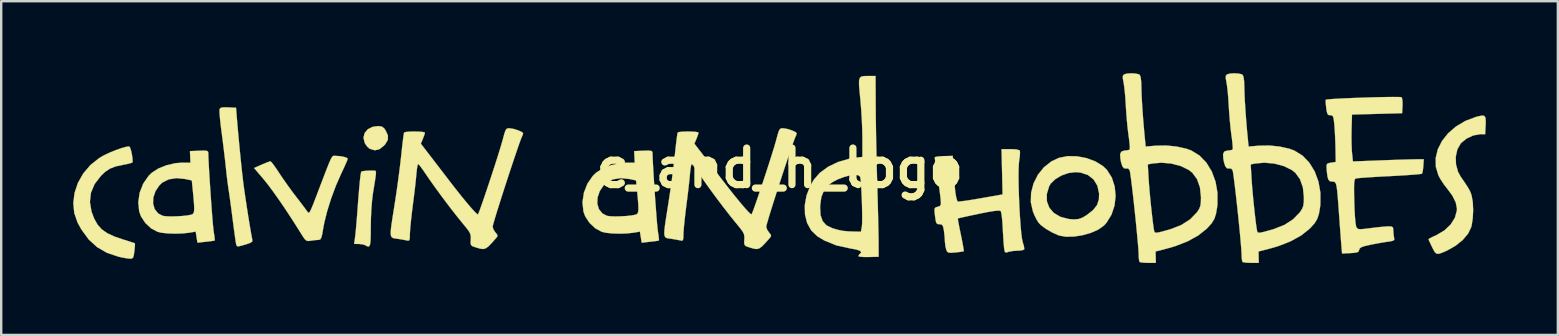
<source format=kicad_pcb>
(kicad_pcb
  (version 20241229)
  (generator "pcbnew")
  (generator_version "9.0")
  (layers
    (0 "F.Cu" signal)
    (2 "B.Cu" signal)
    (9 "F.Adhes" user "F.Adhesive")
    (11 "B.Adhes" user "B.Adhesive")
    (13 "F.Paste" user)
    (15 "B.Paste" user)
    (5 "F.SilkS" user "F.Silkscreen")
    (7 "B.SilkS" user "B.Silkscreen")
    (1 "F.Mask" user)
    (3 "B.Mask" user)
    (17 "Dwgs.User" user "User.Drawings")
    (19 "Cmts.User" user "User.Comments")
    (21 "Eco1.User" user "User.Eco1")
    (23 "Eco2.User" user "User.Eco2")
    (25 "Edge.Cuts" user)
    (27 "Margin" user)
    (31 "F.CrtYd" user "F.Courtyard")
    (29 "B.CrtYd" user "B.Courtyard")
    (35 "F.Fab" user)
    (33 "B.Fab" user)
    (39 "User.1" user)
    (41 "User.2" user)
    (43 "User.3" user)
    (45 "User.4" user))
  (footprint "c_and_h_logo"
    (layer "F.Cu")
    (at 29.448 3.954)
    (property "Reference" "c_and_h_logo" (at 0 0 0) (layer "F.SilkS") (effects (font (size 1.524 1.524) (thickness 0.3))))
    (attr through_hole)
    (fp_poly (pts (xy -16.586 -1.73) (xy -16.484 -1.652) (xy -16.425 -1.566) (xy -16.33 -1.354) (xy -16.335 -1.172) (xy -16.443 -0.992) (xy -16.504 -0.926) (xy -16.693 -0.781) (xy -16.879 -0.741) (xy -17.084 -0.801) (xy -17.086 -0.801) (xy -17.195 -0.893) (xy -17.291 -1.034) (xy -17.297 -1.045) (xy -17.349 -1.263) (xy -17.302 -1.46) (xy -17.168 -1.618) (xy -16.962 -1.72) (xy -16.738 -1.75) (xy -16.586 -1.73)) (stroke (width 0.01) (type solid)) (fill yes) (layer "F.SilkS"))
    (fp_poly (pts (xy -16.94 0.107) (xy -16.89 0.107) (xy -16.855 0.112) (xy -16.834 0.138) (xy -16.829 0.2) (xy -16.839 0.314) (xy -16.865 0.495) (xy -16.907 0.759) (xy -16.958 1.072) (xy -16.992 1.352) (xy -17.02 1.704) (xy -17.039 2.087) (xy -17.045 2.441) (xy -17.047 2.781) (xy -17.055 3.02) (xy -17.073 3.174) (xy -17.105 3.254) (xy -17.154 3.274) (xy -17.224 3.247) (xy -17.272 3.217) (xy -17.386 3.179) (xy -17.543 3.162) (xy -17.548 3.162) (xy -17.739 3.161) (xy -17.701 2.893) (xy -17.682 2.736) (xy -17.659 2.497) (xy -17.634 2.205) (xy -17.609 1.892) (xy -17.605 1.834) (xy -17.564 1.278) (xy -17.527 0.833) (xy -17.496 0.5) (xy -17.469 0.277) (xy -17.447 0.164) (xy -17.44 0.15) (xy -17.365 0.127) (xy -17.217 0.111) (xy -17.036 0.105) (xy -16.94 0.107)) (stroke (width 0.01) (type solid)) (fill yes) (layer "F.SilkS"))
    (fp_poly (pts (xy -23.005 -2.53) (xy -22.988 -2.529) (xy -22.662 -2.512) (xy -22.625 -2.06) (xy -22.571 -1.44) (xy -22.515 -0.842) (xy -22.459 -0.285) (xy -22.406 0.213) (xy -22.357 0.63) (xy -22.324 0.875) (xy -22.277 1.197) (xy -22.225 1.545) (xy -22.17 1.897) (xy -22.116 2.233) (xy -22.066 2.533) (xy -22.024 2.776) (xy -21.993 2.942) (xy -21.979 3.001) (xy -21.988 3.064) (xy -22.069 3.119) (xy -22.241 3.179) (xy -22.26 3.184) (xy -22.455 3.24) (xy -22.567 3.264) (xy -22.622 3.253) (xy -22.647 3.205) (xy -22.661 3.147) (xy -22.678 3.049) (xy -22.705 2.861) (xy -22.74 2.606) (xy -22.78 2.306) (xy -22.804 2.117) (xy -22.847 1.782) (xy -22.89 1.46) (xy -22.929 1.18) (xy -22.959 0.971) (xy -22.97 0.903) (xy -22.998 0.713) (xy -23.032 0.451) (xy -23.066 0.158) (xy -23.085 -0.028) (xy -23.117 -0.322) (xy -23.16 -0.685) (xy -23.208 -1.075) (xy -23.256 -1.448) (xy -23.265 -1.509) (xy -23.303 -1.813) (xy -23.331 -2.082) (xy -23.348 -2.294) (xy -23.351 -2.427) (xy -23.347 -2.457) (xy -23.3 -2.509) (xy -23.195 -2.531) (xy -23.005 -2.53)) (stroke (width 0.01) (type solid)) (fill yes) (layer "F.SilkS"))
    (fp_poly (pts (xy -27.077 -0.853) (xy -27.035 -0.726) (xy -26.999 -0.56) (xy -26.975 -0.389) (xy -26.971 -0.249) (xy -26.972 -0.242) (xy -27.025 -0.213) (xy -27.162 -0.176) (xy -27.352 -0.138) (xy -27.362 -0.136) (xy -27.676 -0.069) (xy -27.915 0.023) (xy -28.118 0.159) (xy -28.288 0.32) (xy -28.554 0.665) (xy -28.708 1.029) (xy -28.751 1.413) (xy -28.684 1.817) (xy -28.568 2.118) (xy -28.43 2.361) (xy -28.255 2.556) (xy -28.026 2.716) (xy -27.72 2.857) (xy -27.376 2.974) (xy -27.16 3.042) (xy -26.99 3.096) (xy -26.891 3.13) (xy -26.877 3.137) (xy -26.873 3.196) (xy -26.883 3.333) (xy -26.898 3.467) (xy -26.924 3.646) (xy -26.957 3.739) (xy -27.012 3.774) (xy -27.086 3.777) (xy -27.223 3.761) (xy -27.418 3.725) (xy -27.558 3.694) (xy -28.039 3.533) (xy -28.45 3.296) (xy -28.803 2.974) (xy -29.107 2.558) (xy -29.264 2.274) (xy -29.403 1.876) (xy -29.443 1.455) (xy -29.389 1.029) (xy -29.248 0.612) (xy -29.025 0.221) (xy -28.728 -0.128) (xy -28.362 -0.418) (xy -28.182 -0.523) (xy -27.939 -0.639) (xy -27.677 -0.746) (xy -27.428 -0.833) (xy -27.223 -0.889) (xy -27.115 -0.903) (xy -27.077 -0.853)) (stroke (width 0.01) (type solid)) (fill yes) (layer "F.SilkS"))
    (fp_poly (pts (xy 12.391 -0.49) (xy 12.786 -0.414) (xy 13.155 -0.276) (xy 13.469 -0.083) (xy 13.633 0.074) (xy 13.838 0.396) (xy 13.958 0.768) (xy 13.996 1.165) (xy 13.951 1.565) (xy 13.825 1.943) (xy 13.619 2.276) (xy 13.506 2.4) (xy 13.276 2.564) (xy 12.969 2.699) (xy 12.619 2.799) (xy 12.259 2.855) (xy 11.922 2.862) (xy 11.641 2.812) (xy 11.619 2.804) (xy 11.358 2.687) (xy 11.105 2.542) (xy 10.897 2.391) (xy 10.787 2.281) (xy 10.703 2.147) (xy 10.609 1.955) (xy 10.552 1.816) (xy 10.463 1.429) (xy 10.473 1.085) (xy 11.128 1.085) (xy 11.133 1.387) (xy 11.233 1.653) (xy 11.422 1.871) (xy 11.692 2.031) (xy 12.034 2.123) (xy 12.256 2.14) (xy 12.45 2.125) (xy 12.626 2.061) (xy 12.791 1.961) (xy 13.055 1.754) (xy 13.22 1.545) (xy 13.3 1.312) (xy 13.308 1.058) (xy 13.236 0.733) (xy 13.076 0.473) (xy 12.839 0.288) (xy 12.533 0.187) (xy 12.328 0.17) (xy 12.031 0.208) (xy 11.739 0.311) (xy 11.482 0.464) (xy 11.291 0.65) (xy 11.228 0.755) (xy 11.128 1.085) (xy 10.473 1.085) (xy 10.474 1.032) (xy 10.575 0.643) (xy 10.756 0.282) (xy 11.009 -0.033) (xy 11.324 -0.281) (xy 11.638 -0.427) (xy 11.998 -0.497) (xy 12.391 -0.49)) (stroke (width 0.01) (type solid)) (fill yes) (layer "F.SilkS"))
    (fp_poly (pts (xy 29.357 -2.177) (xy 29.41 -2.103) (xy 29.423 -1.944) (xy 29.417 -1.785) (xy 29.398 -1.411) (xy 29.191 -1.41) (xy 28.908 -1.361) (xy 28.627 -1.232) (xy 28.398 -1.046) (xy 28.379 -1.024) (xy 28.239 -0.776) (xy 28.173 -0.476) (xy 28.182 -0.155) (xy 28.266 0.153) (xy 28.373 0.351) (xy 28.544 0.6) (xy 28.662 0.779) (xy 28.741 0.912) (xy 28.791 1.02) (xy 28.828 1.127) (xy 28.837 1.161) (xy 28.883 1.428) (xy 28.897 1.753) (xy 28.881 2.09) (xy 28.835 2.389) (xy 28.814 2.469) (xy 28.683 2.737) (xy 28.46 3) (xy 28.165 3.237) (xy 27.866 3.408) (xy 27.635 3.515) (xy 27.481 3.571) (xy 27.379 3.571) (xy 27.305 3.511) (xy 27.233 3.387) (xy 27.19 3.301) (xy 27.11 3.134) (xy 27.054 3.011) (xy 27.037 2.965) (xy 27.084 2.932) (xy 27.208 2.868) (xy 27.376 2.789) (xy 27.701 2.598) (xy 27.959 2.352) (xy 28.136 2.072) (xy 28.218 1.774) (xy 28.222 1.693) (xy 28.172 1.432) (xy 28.027 1.143) (xy 27.847 0.9) (xy 27.688 0.695) (xy 27.541 0.473) (xy 27.452 0.31) (xy 27.342 -0.049) (xy 27.336 -0.417) (xy 27.424 -0.781) (xy 27.6 -1.13) (xy 27.856 -1.452) (xy 28.184 -1.734) (xy 28.575 -1.966) (xy 29.022 -2.133) (xy 29.061 -2.144) (xy 29.246 -2.185) (xy 29.357 -2.177)) (stroke (width 0.01) (type solid)) (fill yes) (layer "F.SilkS"))
    (fp_poly (pts (xy -18.545 -0.509) (xy -18.516 -0.508) (xy -18.326 -0.496) (xy -18.156 -0.465) (xy -18.039 -0.423) (xy -18.006 -0.387) (xy -18.029 -0.319) (xy -18.092 -0.171) (xy -18.184 0.032) (xy -18.282 0.241) (xy -18.498 0.733) (xy -18.695 1.261) (xy -18.861 1.789) (xy -18.984 2.28) (xy -19.03 2.526) (xy -19.069 2.756) (xy -19.105 2.896) (xy -19.145 2.967) (xy -19.198 2.991) (xy -19.218 2.992) (xy -19.351 3.002) (xy -19.522 3.024) (xy -19.54 3.027) (xy -19.649 3.041) (xy -19.727 3.025) (xy -19.799 2.961) (xy -19.889 2.83) (xy -19.963 2.711) (xy -20.255 2.247) (xy -20.553 1.791) (xy -20.844 1.362) (xy -21.116 0.978) (xy -21.356 0.657) (xy -21.534 0.437) (xy -21.91 -0.002) (xy -21.593 -0.142) (xy -21.418 -0.216) (xy -21.284 -0.267) (xy -21.227 -0.282) (xy -21.177 -0.238) (xy -21.084 -0.118) (xy -20.962 0.057) (xy -20.879 0.183) (xy -20.712 0.432) (xy -20.506 0.725) (xy -20.293 1.017) (xy -20.172 1.175) (xy -20.003 1.394) (xy -19.854 1.591) (xy -19.741 1.742) (xy -19.685 1.82) (xy -19.652 1.859) (xy -19.619 1.86) (xy -19.578 1.81) (xy -19.521 1.694) (xy -19.442 1.501) (xy -19.332 1.216) (xy -19.318 1.181) (xy -19.141 0.713) (xy -18.999 0.341) (xy -18.888 0.052) (xy -18.802 -0.163) (xy -18.737 -0.315) (xy -18.688 -0.416) (xy -18.649 -0.475) (xy -18.616 -0.503) (xy -18.582 -0.511) (xy -18.545 -0.509)) (stroke (width 0.01) (type solid)) (fill yes) (layer "F.SilkS"))
    (fp_poly (pts (xy -5.367 -0.718) (xy -5.316 -0.688) (xy -5.305 -0.638) (xy -5.299 -0.454) (xy -5.286 -0.188) (xy -5.268 0.141) (xy -5.245 0.512) (xy -5.219 0.907) (xy -5.192 1.305) (xy -5.164 1.686) (xy -5.138 2.031) (xy -5.114 2.321) (xy -5.093 2.535) (xy -5.079 2.646) (xy -5.051 2.832) (xy -5.035 2.967) (xy -5.035 3.019) (xy -5.096 3.032) (xy -5.236 3.052) (xy -5.403 3.071) (xy -5.755 3.11) (xy -5.829 2.648) (xy -6.089 2.693) (xy -6.364 2.724) (xy -6.674 2.734) (xy -6.982 2.724) (xy -7.25 2.696) (xy -7.417 2.657) (xy -7.688 2.512) (xy -7.929 2.286) (xy -8.109 2.013) (xy -8.183 1.81) (xy -8.216 1.484) (xy -7.605 1.484) (xy -7.538 1.711) (xy -7.395 1.889) (xy -7.21 1.988) (xy -7.076 2.009) (xy -6.874 2.017) (xy -6.636 2.012) (xy -6.393 1.998) (xy -6.176 1.975) (xy -6.018 1.945) (xy -5.955 1.919) (xy -5.921 1.88) (xy -5.9 1.817) (xy -5.891 1.716) (xy -5.894 1.559) (xy -5.911 1.331) (xy -5.94 1.015) (xy -5.961 0.808) (xy -5.99 0.516) (xy -6.28 0.454) (xy -6.633 0.42) (xy -6.952 0.471) (xy -7.216 0.602) (xy -7.332 0.708) (xy -7.504 0.963) (xy -7.594 1.228) (xy -7.605 1.484) (xy -8.216 1.484) (xy -8.222 1.422) (xy -8.163 1.026) (xy -8.016 0.651) (xy -7.792 0.326) (xy -7.661 0.198) (xy -7.387 0.02) (xy -7.042 -0.118) (xy -6.666 -0.204) (xy -6.376 -0.226) (xy -6.046 -0.226) (xy -6.057 -0.466) (xy -6.068 -0.706) (xy -5.687 -0.722) (xy -5.483 -0.728) (xy -5.367 -0.718)) (stroke (width 0.01) (type solid)) (fill yes) (layer "F.SilkS"))
    (fp_poly (pts (xy -23.881 -0.718) (xy -23.83 -0.688) (xy -23.818 -0.638) (xy -23.813 -0.454) (xy -23.8 -0.188) (xy -23.782 0.141) (xy -23.759 0.512) (xy -23.733 0.907) (xy -23.706 1.305) (xy -23.678 1.686) (xy -23.652 2.031) (xy -23.627 2.321) (xy -23.607 2.535) (xy -23.593 2.646) (xy -23.564 2.832) (xy -23.549 2.967) (xy -23.549 3.019) (xy -23.609 3.032) (xy -23.75 3.052) (xy -23.917 3.071) (xy -24.269 3.11) (xy -24.306 2.879) (xy -24.343 2.648) (xy -24.603 2.693) (xy -24.878 2.724) (xy -25.188 2.734) (xy -25.496 2.724) (xy -25.764 2.696) (xy -25.931 2.657) (xy -26.202 2.512) (xy -26.443 2.286) (xy -26.623 2.013) (xy -26.697 1.81) (xy -26.729 1.484) (xy -26.119 1.484) (xy -26.051 1.711) (xy -25.908 1.889) (xy -25.723 1.988) (xy -25.589 2.009) (xy -25.388 2.017) (xy -25.15 2.012) (xy -24.907 1.998) (xy -24.69 1.975) (xy -24.531 1.945) (xy -24.469 1.919) (xy -24.435 1.88) (xy -24.413 1.817) (xy -24.404 1.716) (xy -24.408 1.559) (xy -24.425 1.331) (xy -24.454 1.015) (xy -24.475 0.808) (xy -24.504 0.516) (xy -24.794 0.454) (xy -25.146 0.42) (xy -25.465 0.471) (xy -25.73 0.602) (xy -25.846 0.708) (xy -26.018 0.963) (xy -26.108 1.228) (xy -26.119 1.484) (xy -26.729 1.484) (xy -26.735 1.422) (xy -26.677 1.026) (xy -26.53 0.651) (xy -26.306 0.326) (xy -26.175 0.198) (xy -25.901 0.02) (xy -25.556 -0.118) (xy -25.18 -0.204) (xy -24.889 -0.226) (xy -24.56 -0.226) (xy -24.571 -0.466) (xy -24.582 -0.706) (xy -24.201 -0.722) (xy -23.997 -0.728) (xy -23.881 -0.718)) (stroke (width 0.01) (type solid)) (fill yes) (layer "F.SilkS"))
    (fp_poly (pts (xy 3.998 -2.554) (xy 4.001 -2.163) (xy 4.008 -1.687) (xy 4.017 -1.154) (xy 4.029 -0.59) (xy 4.042 -0.023) (xy 4.057 0.519) (xy 4.061 0.649) (xy 4.075 1.134) (xy 4.088 1.608) (xy 4.099 2.055) (xy 4.108 2.454) (xy 4.115 2.788) (xy 4.119 3.038) (xy 4.119 3.133) (xy 4.12 3.697) (xy 3.697 3.707) (xy 3.495 3.706) (xy 3.345 3.694) (xy 3.276 3.673) (xy 3.274 3.668) (xy 3.315 3.596) (xy 3.33 3.584) (xy 3.395 3.514) (xy 3.35 3.451) (xy 3.193 3.396) (xy 2.924 3.347) (xy 2.921 3.346) (xy 2.359 3.223) (xy 1.857 3.019) (xy 1.561 2.84) (xy 1.312 2.599) (xy 1.141 2.293) (xy 1.051 1.937) (xy 1.044 1.633) (xy 1.681 1.633) (xy 1.7 1.964) (xy 1.787 2.212) (xy 1.947 2.388) (xy 2.189 2.505) (xy 2.189 2.505) (xy 2.428 2.575) (xy 2.632 2.617) (xy 2.856 2.638) (xy 3.06 2.645) (xy 3.382 2.653) (xy 3.421 2.445) (xy 3.431 2.32) (xy 3.435 2.113) (xy 3.433 1.846) (xy 3.427 1.545) (xy 3.416 1.234) (xy 3.402 0.936) (xy 3.386 0.676) (xy 3.369 0.478) (xy 3.35 0.366) (xy 3.348 0.36) (xy 3.268 0.297) (xy 3.113 0.283) (xy 2.906 0.31) (xy 2.671 0.373) (xy 2.431 0.464) (xy 2.209 0.578) (xy 2.029 0.708) (xy 2.013 0.723) (xy 1.839 0.941) (xy 1.732 1.211) (xy 1.684 1.556) (xy 1.681 1.633) (xy 1.044 1.633) (xy 1.042 1.55) (xy 1.114 1.147) (xy 1.269 0.744) (xy 1.417 0.488) (xy 1.673 0.195) (xy 2.017 -0.055) (xy 2.428 -0.253) (xy 2.885 -0.386) (xy 3.119 -0.425) (xy 3.443 -0.465) (xy 3.443 -1.24) (xy 3.437 -1.601) (xy 3.419 -2.024) (xy 3.392 -2.457) (xy 3.359 -2.851) (xy 3.356 -2.88) (xy 3.322 -3.228) (xy 3.303 -3.48) (xy 3.305 -3.65) (xy 3.335 -3.755) (xy 3.396 -3.811) (xy 3.497 -3.833) (xy 3.641 -3.837) (xy 3.704 -3.837) (xy 3.992 -3.838) (xy 3.998 -2.554)) (stroke (width 0.01) (type solid)) (fill yes) (layer "F.SilkS"))
    (fp_poly (pts (xy 9.849 -0.779) (xy 9.98 -0.745) (xy 10.006 -0.718) (xy 10.012 -0.626) (xy 9.999 -0.463) (xy 9.978 -0.321) (xy 9.961 -0.142) (xy 9.952 0.122) (xy 9.951 0.453) (xy 9.957 0.829) (xy 9.97 1.232) (xy 9.987 1.641) (xy 10.01 2.037) (xy 10.036 2.4) (xy 10.064 2.711) (xy 10.095 2.948) (xy 10.126 3.093) (xy 10.127 3.096) (xy 10.174 3.253) (xy 10.19 3.367) (xy 10.185 3.393) (xy 10.114 3.423) (xy 9.973 3.441) (xy 9.906 3.443) (xy 9.716 3.456) (xy 9.55 3.487) (xy 9.518 3.497) (xy 9.428 3.523) (xy 9.382 3.494) (xy 9.357 3.387) (xy 9.347 3.314) (xy 9.333 3.156) (xy 9.316 2.923) (xy 9.3 2.649) (xy 9.29 2.461) (xy 9.274 2.205) (xy 9.251 1.99) (xy 9.225 1.841) (xy 9.204 1.787) (xy 9.129 1.772) (xy 8.961 1.785) (xy 8.693 1.828) (xy 8.322 1.901) (xy 8.29 1.908) (xy 7.995 1.97) (xy 7.742 2.025) (xy 7.551 2.068) (xy 7.44 2.095) (xy 7.421 2.102) (xy 7.426 2.159) (xy 7.452 2.305) (xy 7.493 2.518) (xy 7.546 2.776) (xy 7.548 2.784) (xy 7.6 3.042) (xy 7.64 3.257) (xy 7.664 3.406) (xy 7.668 3.467) (xy 7.668 3.467) (xy 7.606 3.481) (xy 7.465 3.501) (xy 7.321 3.516) (xy 7.136 3.531) (xy 7.031 3.523) (xy 6.975 3.483) (xy 6.94 3.407) (xy 6.902 3.252) (xy 6.882 3.068) (xy 6.882 3.058) (xy 6.87 2.864) (xy 6.846 2.645) (xy 6.84 2.596) (xy 6.806 2.436) (xy 6.758 2.361) (xy 6.68 2.342) (xy 6.59 2.337) (xy 6.536 2.303) (xy 6.503 2.217) (xy 6.477 2.052) (xy 6.467 1.968) (xy 6.448 1.788) (xy 6.453 1.689) (xy 6.493 1.641) (xy 6.577 1.613) (xy 6.58 1.613) (xy 6.661 1.588) (xy 6.703 1.546) (xy 6.715 1.459) (xy 6.704 1.299) (xy 6.694 1.203) (xy 6.667 0.985) (xy 6.627 0.701) (xy 6.58 0.393) (xy 6.549 0.206) (xy 6.508 -0.047) (xy 6.479 -0.257) (xy 6.463 -0.401) (xy 6.464 -0.453) (xy 6.527 -0.472) (xy 6.671 -0.489) (xy 6.848 -0.498) (xy 7.21 -0.508) (xy 7.251 0.221) (xy 7.28 0.656) (xy 7.316 0.997) (xy 7.356 1.238) (xy 7.4 1.374) (xy 7.414 1.394) (xy 7.477 1.394) (xy 7.632 1.377) (xy 7.86 1.345) (xy 8.141 1.3) (xy 8.365 1.261) (xy 9.285 1.099) (xy 9.264 0.154) (xy 9.242 -0.79) (xy 9.61 -0.79) (xy 9.849 -0.779)) (stroke (width 0.01) (type solid)) (fill yes) (layer "F.SilkS"))
    (fp_poly (pts (xy 14.815 -3.94) (xy 14.957 -3.91) (xy 15.003 -3.883) (xy 15.04 -3.789) (xy 15.063 -3.605) (xy 15.07 -3.389) (xy 15.076 -3.139) (xy 15.092 -2.802) (xy 15.117 -2.405) (xy 15.149 -1.973) (xy 15.187 -1.533) (xy 15.219 -1.196) (xy 15.249 -0.896) (xy 15.682 -0.933) (xy 16.113 -0.94) (xy 16.548 -0.895) (xy 16.946 -0.806) (xy 17.158 -0.728) (xy 17.496 -0.519) (xy 17.781 -0.223) (xy 18.005 0.144) (xy 18.161 0.567) (xy 18.242 1.029) (xy 18.24 1.516) (xy 18.23 1.609) (xy 18.182 1.898) (xy 18.113 2.115) (xy 18.001 2.299) (xy 17.828 2.493) (xy 17.779 2.541) (xy 17.437 2.811) (xy 17.002 3.051) (xy 16.493 3.251) (xy 16.171 3.345) (xy 15.663 3.477) (xy 15.668 3.714) (xy 15.673 3.951) (xy 15.353 3.951) (xy 15.172 3.945) (xy 15.04 3.929) (xy 14.995 3.913) (xy 14.973 3.839) (xy 14.959 3.694) (xy 14.958 3.617) (xy 14.952 3.474) (xy 14.935 3.243) (xy 14.908 2.942) (xy 14.875 2.591) (xy 14.837 2.206) (xy 14.795 1.806) (xy 14.752 1.408) (xy 14.71 1.032) (xy 14.67 0.695) (xy 14.634 0.414) (xy 14.605 0.209) (xy 14.584 0.097) (xy 14.583 0.094) (xy 14.517 0.016) (xy 14.444 0.018) (xy 14.349 0.012) (xy 14.278 -0.071) (xy 14.253 -0.152) (xy 15.337 -0.152) (xy 15.372 0.446) (xy 15.39 0.706) (xy 15.416 1.012) (xy 15.447 1.344) (xy 15.482 1.679) (xy 15.517 1.996) (xy 15.55 2.274) (xy 15.58 2.49) (xy 15.603 2.622) (xy 15.609 2.645) (xy 15.631 2.68) (xy 15.676 2.695) (xy 15.764 2.687) (xy 15.912 2.653) (xy 16.138 2.589) (xy 16.316 2.538) (xy 16.744 2.368) (xy 17.106 2.134) (xy 17.381 1.85) (xy 17.383 1.847) (xy 17.476 1.708) (xy 17.527 1.581) (xy 17.549 1.423) (xy 17.554 1.217) (xy 17.512 0.808) (xy 17.391 0.465) (xy 17.196 0.197) (xy 17.057 0.085) (xy 16.72 -0.081) (xy 16.324 -0.187) (xy 15.907 -0.224) (xy 15.521 -0.189) (xy 15.337 -0.152) (xy 14.253 -0.152) (xy 14.223 -0.245) (xy 14.196 -0.388) (xy 14.184 -0.578) (xy 14.235 -0.686) (xy 14.361 -0.729) (xy 14.432 -0.733) (xy 14.543 -0.753) (xy 14.585 -0.78) (xy 14.59 -0.853) (xy 14.579 -1.011) (xy 14.554 -1.225) (xy 14.536 -1.359) (xy 14.5 -1.641) (xy 14.466 -1.987) (xy 14.438 -2.347) (xy 14.422 -2.596) (xy 14.404 -2.897) (xy 14.379 -3.185) (xy 14.351 -3.426) (xy 14.327 -3.576) (xy 14.295 -3.751) (xy 14.301 -3.849) (xy 14.344 -3.9) (xy 14.462 -3.936) (xy 14.635 -3.949) (xy 14.815 -3.94)) (stroke (width 0.01) (type solid)) (fill yes) (layer "F.SilkS"))
    (fp_poly (pts (xy 19.105 -3.94) (xy 19.247 -3.91) (xy 19.293 -3.883) (xy 19.33 -3.789) (xy 19.353 -3.605) (xy 19.36 -3.389) (xy 19.366 -3.139) (xy 19.382 -2.802) (xy 19.407 -2.405) (xy 19.439 -1.973) (xy 19.476 -1.533) (xy 19.509 -1.196) (xy 19.539 -0.896) (xy 19.972 -0.933) (xy 20.403 -0.94) (xy 20.838 -0.895) (xy 21.235 -0.806) (xy 21.448 -0.728) (xy 21.786 -0.519) (xy 22.071 -0.223) (xy 22.295 0.144) (xy 22.451 0.567) (xy 22.532 1.029) (xy 22.53 1.516) (xy 22.52 1.609) (xy 22.472 1.898) (xy 22.402 2.115) (xy 22.291 2.299) (xy 22.118 2.493) (xy 22.069 2.541) (xy 21.726 2.811) (xy 21.292 3.051) (xy 20.783 3.251) (xy 20.461 3.345) (xy 19.953 3.477) (xy 19.958 3.714) (xy 19.963 3.951) (xy 19.643 3.951) (xy 19.462 3.945) (xy 19.33 3.929) (xy 19.285 3.913) (xy 19.263 3.839) (xy 19.249 3.694) (xy 19.248 3.617) (xy 19.241 3.474) (xy 19.224 3.243) (xy 19.198 2.942) (xy 19.165 2.591) (xy 19.127 2.206) (xy 19.085 1.806) (xy 19.042 1.408) (xy 18.999 1.032) (xy 18.959 0.695) (xy 18.924 0.414) (xy 18.895 0.209) (xy 18.874 0.097) (xy 18.873 0.094) (xy 18.806 0.016) (xy 18.733 0.018) (xy 18.639 0.012) (xy 18.568 -0.071) (xy 18.543 -0.152) (xy 19.626 -0.152) (xy 19.662 0.446) (xy 19.68 0.706) (xy 19.706 1.012) (xy 19.737 1.344) (xy 19.772 1.679) (xy 19.807 1.996) (xy 19.84 2.274) (xy 19.87 2.49) (xy 19.893 2.622) (xy 19.899 2.645) (xy 19.921 2.68) (xy 19.966 2.695) (xy 20.054 2.687) (xy 20.201 2.653) (xy 20.428 2.589) (xy 20.605 2.538) (xy 21.034 2.368) (xy 21.395 2.134) (xy 21.671 1.85) (xy 21.673 1.847) (xy 21.766 1.708) (xy 21.817 1.581) (xy 21.839 1.423) (xy 21.843 1.217) (xy 21.802 0.808) (xy 21.681 0.465) (xy 21.486 0.197) (xy 21.346 0.085) (xy 21.01 -0.081) (xy 20.613 -0.187) (xy 20.197 -0.224) (xy 19.811 -0.189) (xy 19.626 -0.152) (xy 18.543 -0.152) (xy 18.513 -0.245) (xy 18.486 -0.388) (xy 18.474 -0.578) (xy 18.525 -0.686) (xy 18.651 -0.729) (xy 18.722 -0.733) (xy 18.833 -0.753) (xy 18.875 -0.78) (xy 18.879 -0.853) (xy 18.868 -1.011) (xy 18.844 -1.225) (xy 18.825 -1.359) (xy 18.79 -1.641) (xy 18.756 -1.987) (xy 18.727 -2.347) (xy 18.712 -2.596) (xy 18.693 -2.897) (xy 18.669 -3.185) (xy 18.641 -3.426) (xy 18.616 -3.576) (xy 18.585 -3.751) (xy 18.591 -3.849) (xy 18.634 -3.9) (xy 18.752 -3.936) (xy 18.924 -3.949) (xy 19.105 -3.94)) (stroke (width 0.01) (type solid)) (fill yes) (layer "F.SilkS"))
    (fp_poly (pts (xy -11.093 -1.631) (xy -10.907 -1.573) (xy -10.877 -1.561) (xy -10.744 -1.5) (xy -10.696 -1.447) (xy -10.717 -1.368) (xy -10.744 -1.314) (xy -10.786 -1.213) (xy -10.855 -1.023) (xy -10.946 -0.761) (xy -11.055 -0.442) (xy -11.175 -0.082) (xy -11.303 0.304) (xy -11.432 0.7) (xy -11.558 1.09) (xy -11.675 1.46) (xy -11.78 1.792) (xy -11.866 2.073) (xy -11.928 2.286) (xy -11.962 2.415) (xy -11.966 2.444) (xy -11.929 2.569) (xy -11.848 2.687) (xy -11.771 2.782) (xy -11.771 2.85) (xy -11.821 2.916) (xy -12.011 3.131) (xy -12.15 3.272) (xy -12.26 3.35) (xy -12.367 3.375) (xy -12.492 3.358) (xy -12.659 3.309) (xy -12.672 3.305) (xy -12.81 3.256) (xy -12.873 3.198) (xy -12.886 3.092) (xy -12.879 2.982) (xy -12.876 2.859) (xy -12.894 2.756) (xy -12.947 2.648) (xy -13.049 2.508) (xy -13.209 2.313) (xy -13.462 2.001) (xy -13.751 1.63) (xy -14.052 1.231) (xy -14.344 0.834) (xy -14.603 0.469) (xy -14.759 0.24) (xy -14.886 0.056) (xy -14.991 -0.085) (xy -15.059 -0.162) (xy -15.072 -0.169) (xy -15.095 -0.118) (xy -15.12 0.019) (xy -15.142 0.212) (xy -15.144 0.24) (xy -15.163 0.443) (xy -15.193 0.726) (xy -15.232 1.058) (xy -15.276 1.406) (xy -15.295 1.552) (xy -15.336 1.885) (xy -15.372 2.204) (xy -15.398 2.479) (xy -15.413 2.684) (xy -15.416 2.752) (xy -15.42 2.923) (xy -15.44 3.007) (xy -15.486 3.027) (xy -15.541 3.017) (xy -15.67 2.991) (xy -15.855 2.959) (xy -15.946 2.945) (xy -16.046 2.932) (xy -16.121 2.914) (xy -16.174 2.881) (xy -16.205 2.817) (xy -16.216 2.711) (xy -16.206 2.548) (xy -16.177 2.317) (xy -16.129 2.004) (xy -16.064 1.596) (xy -16.044 1.468) (xy -15.979 1.045) (xy -15.914 0.583) (xy -15.853 0.123) (xy -15.802 -0.296) (xy -15.776 -0.534) (xy -15.743 -0.842) (xy -15.712 -1.11) (xy -15.685 -1.319) (xy -15.664 -1.448) (xy -15.656 -1.479) (xy -15.591 -1.502) (xy -15.451 -1.517) (xy -15.27 -1.523) (xy -15.081 -1.52) (xy -14.917 -1.51) (xy -14.811 -1.491) (xy -14.788 -1.474) (xy -14.809 -1.394) (xy -14.859 -1.258) (xy -14.874 -1.22) (xy -14.959 -1.016) (xy -14.6 -0.55) (xy -14.408 -0.3) (xy -14.181 -0.004) (xy -13.954 0.291) (xy -13.832 0.452) (xy -13.54 0.829) (xy -13.273 1.166) (xy -13.039 1.451) (xy -12.845 1.678) (xy -12.698 1.838) (xy -12.605 1.921) (xy -12.577 1.929) (xy -12.546 1.863) (xy -12.487 1.706) (xy -12.405 1.475) (xy -12.305 1.185) (xy -12.193 0.854) (xy -12.075 0.499) (xy -11.955 0.135) (xy -11.84 -0.22) (xy -11.735 -0.55) (xy -11.646 -0.839) (xy -11.578 -1.069) (xy -11.545 -1.185) (xy -11.484 -1.415) (xy -11.437 -1.556) (xy -11.392 -1.629) (xy -11.335 -1.656) (xy -11.256 -1.658) (xy -11.093 -1.631)) (stroke (width 0.01) (type solid)) (fill yes) (layer "F.SilkS"))
    (fp_poly (pts (xy 0.308 -1.631) (xy 0.495 -1.573) (xy 0.525 -1.561) (xy 0.658 -1.5) (xy 0.705 -1.447) (xy 0.685 -1.368) (xy 0.658 -1.314) (xy 0.616 -1.213) (xy 0.547 -1.023) (xy 0.455 -0.761) (xy 0.347 -0.442) (xy 0.226 -0.082) (xy 0.099 0.304) (xy -0.03 0.7) (xy -0.156 1.09) (xy -0.274 1.46) (xy -0.378 1.792) (xy -0.464 2.073) (xy -0.526 2.286) (xy -0.56 2.415) (xy -0.564 2.444) (xy -0.527 2.569) (xy -0.446 2.687) (xy -0.369 2.782) (xy -0.369 2.85) (xy -0.419 2.916) (xy -0.609 3.131) (xy -0.748 3.272) (xy -0.859 3.35) (xy -0.965 3.375) (xy -1.09 3.358) (xy -1.257 3.309) (xy -1.27 3.305) (xy -1.409 3.256) (xy -1.471 3.198) (xy -1.484 3.092) (xy -1.477 2.982) (xy -1.474 2.859) (xy -1.492 2.756) (xy -1.546 2.648) (xy -1.648 2.508) (xy -1.807 2.313) (xy -2.06 2.001) (xy -2.349 1.63) (xy -2.651 1.231) (xy -2.942 0.834) (xy -3.201 0.469) (xy -3.358 0.24) (xy -3.484 0.056) (xy -3.589 -0.085) (xy -3.657 -0.162) (xy -3.67 -0.169) (xy -3.693 -0.118) (xy -3.719 0.019) (xy -3.74 0.212) (xy -3.742 0.24) (xy -3.761 0.443) (xy -3.792 0.726) (xy -3.83 1.058) (xy -3.874 1.406) (xy -3.893 1.552) (xy -3.934 1.885) (xy -3.97 2.204) (xy -3.997 2.479) (xy -4.012 2.684) (xy -4.014 2.752) (xy -4.019 2.923) (xy -4.038 3.007) (xy -4.084 3.027) (xy -4.139 3.017) (xy -4.268 2.991) (xy -4.453 2.959) (xy -4.545 2.945) (xy -4.644 2.932) (xy -4.719 2.914) (xy -4.772 2.881) (xy -4.804 2.817) (xy -4.814 2.711) (xy -4.804 2.548) (xy -4.775 2.317) (xy -4.727 2.004) (xy -4.662 1.596) (xy -4.642 1.468) (xy -4.578 1.045) (xy -4.512 0.583) (xy -4.451 0.123) (xy -4.4 -0.296) (xy -4.374 -0.534) (xy -4.342 -0.842) (xy -4.31 -1.11) (xy -4.283 -1.319) (xy -4.263 -1.448) (xy -4.254 -1.479) (xy -4.189 -1.502) (xy -4.049 -1.517) (xy -3.868 -1.523) (xy -3.679 -1.52) (xy -3.515 -1.51) (xy -3.409 -1.491) (xy -3.387 -1.474) (xy -3.407 -1.394) (xy -3.457 -1.258) (xy -3.472 -1.22) (xy -3.558 -1.016) (xy -3.199 -0.55) (xy -3.006 -0.3) (xy -2.779 -0.004) (xy -2.553 0.291) (xy -2.43 0.452) (xy -2.138 0.829) (xy -1.871 1.166) (xy -1.637 1.451) (xy -1.443 1.678) (xy -1.296 1.838) (xy -1.203 1.921) (xy -1.175 1.929) (xy -1.145 1.863) (xy -1.085 1.706) (xy -1.003 1.475) (xy -0.903 1.185) (xy -0.791 0.854) (xy -0.673 0.499) (xy -0.553 0.135) (xy -0.439 -0.22) (xy -0.334 -0.55) (xy -0.244 -0.839) (xy -0.176 -1.069) (xy -0.144 -1.185) (xy -0.082 -1.415) (xy -0.035 -1.556) (xy 0.01 -1.629) (xy 0.066 -1.656) (xy 0.146 -1.658) (xy 0.308 -1.631)) (stroke (width 0.01) (type solid)) (fill yes) (layer "F.SilkS"))
    (fp_poly (pts (xy 25.758 -2.962) (xy 25.886 -2.957) (xy 25.916 -2.95) (xy 25.944 -2.866) (xy 25.956 -2.711) (xy 25.954 -2.59) (xy 25.936 -2.286) (xy 24.892 -2.258) (xy 23.848 -2.23) (xy 23.83 -1.609) (xy 23.826 -1.309) (xy 23.83 -1.008) (xy 23.84 -0.749) (xy 23.849 -0.632) (xy 23.886 -0.276) (xy 25.08 -0.321) (xy 25.456 -0.335) (xy 25.812 -0.347) (xy 26.125 -0.356) (xy 26.374 -0.363) (xy 26.536 -0.366) (xy 26.557 -0.366) (xy 26.839 -0.367) (xy 26.821 -0.085) (xy 26.804 0.085) (xy 26.779 0.205) (xy 26.765 0.235) (xy 26.7 0.248) (xy 26.538 0.265) (xy 26.296 0.284) (xy 25.991 0.305) (xy 25.637 0.325) (xy 25.411 0.337) (xy 25.033 0.356) (xy 24.69 0.377) (xy 24.399 0.396) (xy 24.177 0.414) (xy 24.04 0.428) (xy 24.008 0.435) (xy 23.975 0.46) (xy 23.953 0.519) (xy 23.939 0.626) (xy 23.934 0.799) (xy 23.935 1.051) (xy 23.943 1.401) (xy 23.943 1.405) (xy 23.955 1.754) (xy 23.973 2.052) (xy 23.994 2.282) (xy 24.018 2.426) (xy 24.03 2.458) (xy 24.065 2.511) (xy 24.114 2.541) (xy 24.202 2.549) (xy 24.351 2.537) (xy 24.585 2.508) (xy 24.62 2.504) (xy 24.879 2.472) (xy 25.122 2.447) (xy 25.308 2.433) (xy 25.358 2.431) (xy 25.496 2.436) (xy 25.556 2.476) (xy 25.57 2.58) (xy 25.57 2.611) (xy 25.581 2.78) (xy 25.603 2.913) (xy 25.61 2.984) (xy 25.567 3.026) (xy 25.451 3.054) (xy 25.334 3.07) (xy 25.123 3.102) (xy 24.859 3.149) (xy 24.599 3.2) (xy 24.598 3.2) (xy 24.374 3.252) (xy 24.238 3.299) (xy 24.17 3.35) (xy 24.147 3.41) (xy 24.123 3.476) (xy 24.059 3.515) (xy 23.928 3.535) (xy 23.782 3.544) (xy 23.434 3.561) (xy 23.404 3.206) (xy 23.389 3.02) (xy 23.369 2.753) (xy 23.345 2.436) (xy 23.321 2.099) (xy 23.312 1.976) (xy 23.281 1.541) (xy 23.255 1.207) (xy 23.232 0.959) (xy 23.209 0.785) (xy 23.184 0.672) (xy 23.153 0.606) (xy 23.115 0.575) (xy 23.066 0.565) (xy 23.025 0.564) (xy 22.932 0.55) (xy 22.87 0.494) (xy 22.83 0.376) (xy 22.803 0.177) (xy 22.789 0.001) (xy 22.789 -0.133) (xy 22.837 -0.194) (xy 22.963 -0.224) (xy 22.973 -0.225) (xy 23.17 -0.254) (xy 23.161 -0.818) (xy 23.152 -1.12) (xy 23.138 -1.436) (xy 23.12 -1.712) (xy 23.114 -1.792) (xy 23.091 -2.003) (xy 23.067 -2.126) (xy 23.03 -2.184) (xy 22.97 -2.201) (xy 22.944 -2.201) (xy 22.866 -2.213) (xy 22.82 -2.268) (xy 22.79 -2.391) (xy 22.773 -2.514) (xy 22.755 -2.688) (xy 22.749 -2.81) (xy 22.754 -2.846) (xy 22.822 -2.859) (xy 22.984 -2.874) (xy 23.223 -2.889) (xy 23.52 -2.904) (xy 23.859 -2.919) (xy 24.221 -2.932) (xy 24.589 -2.944) (xy 24.944 -2.954) (xy 25.269 -2.96) (xy 25.547 -2.963) (xy 25.758 -2.962)) (stroke (width 0.01) (type solid)) (fill yes) (layer "F.SilkS")))
  (gr_rect
    (start -3 -3)
    (end 61.876 10.91)
    (stroke (width 0.1) (type default))
    (fill no)
    (layer "Edge.Cuts")))
</source>
